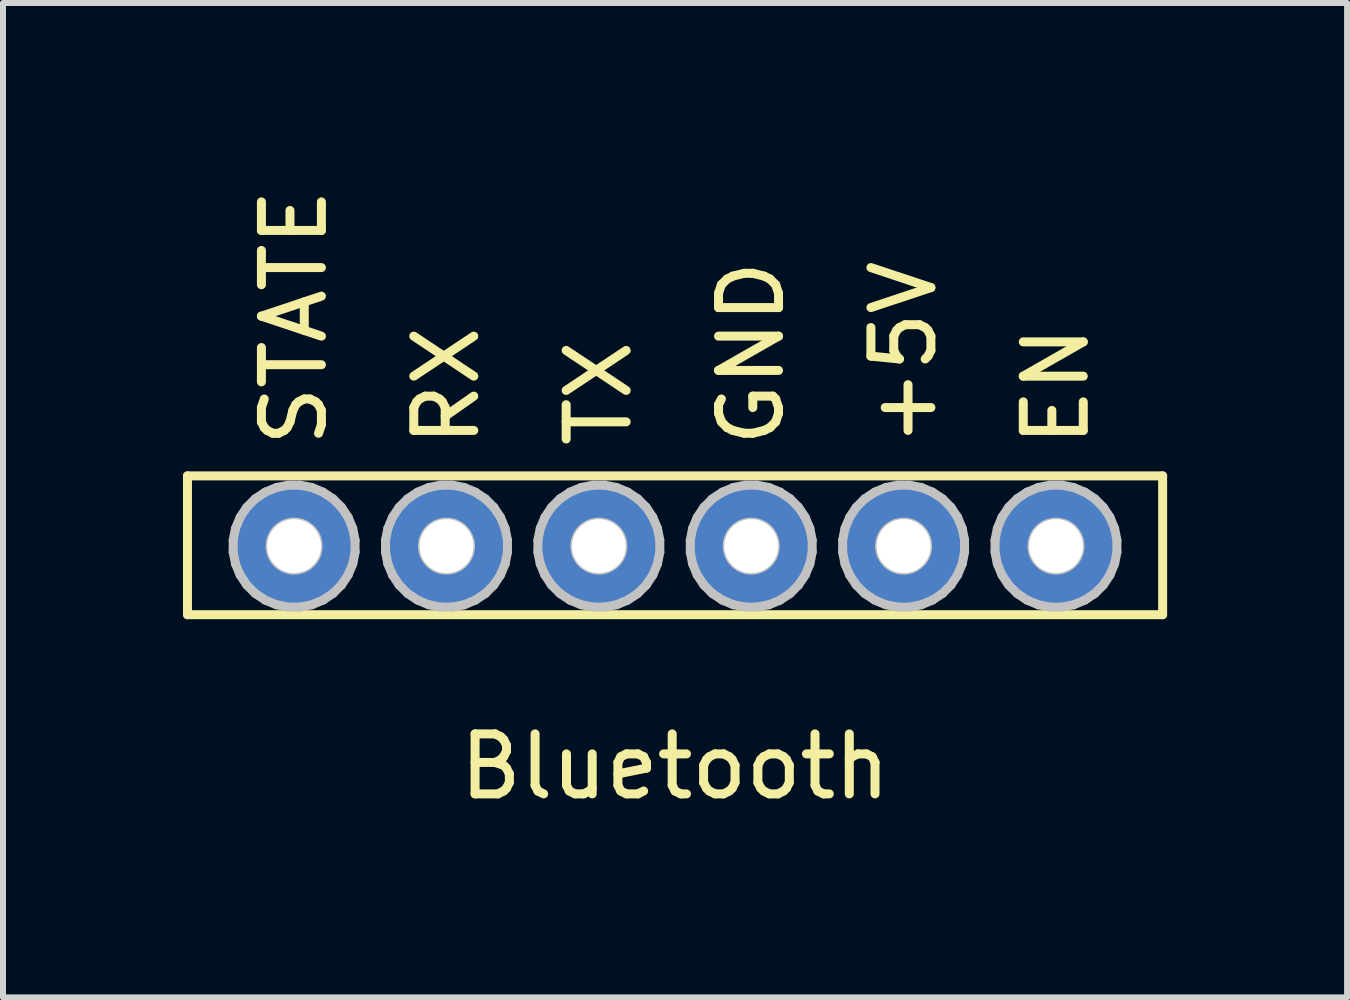
<source format=kicad_pcb>
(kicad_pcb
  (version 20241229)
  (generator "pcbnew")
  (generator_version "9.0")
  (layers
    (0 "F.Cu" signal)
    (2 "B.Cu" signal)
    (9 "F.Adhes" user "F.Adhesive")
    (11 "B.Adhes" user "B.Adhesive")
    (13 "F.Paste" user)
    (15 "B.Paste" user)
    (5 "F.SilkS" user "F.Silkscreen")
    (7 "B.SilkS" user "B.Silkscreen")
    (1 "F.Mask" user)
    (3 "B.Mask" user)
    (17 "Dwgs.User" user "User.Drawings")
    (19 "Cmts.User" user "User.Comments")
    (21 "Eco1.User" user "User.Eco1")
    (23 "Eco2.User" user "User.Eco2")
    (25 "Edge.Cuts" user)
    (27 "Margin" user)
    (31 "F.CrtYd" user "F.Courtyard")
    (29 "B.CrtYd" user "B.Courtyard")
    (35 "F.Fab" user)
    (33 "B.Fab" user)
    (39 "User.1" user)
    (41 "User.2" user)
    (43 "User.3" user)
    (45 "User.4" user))
  (footprint "Bluetooth"
    (layer "F.Cu")
    (at 8.203 9.229)
    (property "Reference" "Bluetooth" (at 0 0.5 0) (layer "F.SilkS") (effects (font (size 1 1) (thickness 0.15))))
    (attr through_hole)
    (fp_line (start -8.128 -4.346) (end -8.128 -2.032) (stroke (width 0.15) (type solid)) (layer "F.SilkS"))
    (fp_line (start -8.128 -2.032) (end 8.128 -2.032) (stroke (width 0.15) (type solid)) (layer "F.SilkS"))
    (fp_line (start 8.128 -4.346) (end -8.128 -4.346) (stroke (width 0.15) (type solid)) (layer "F.SilkS"))
    (fp_line (start 8.128 -2.032) (end 8.128 -4.346) (stroke (width 0.15) (type solid)) (layer "F.SilkS"))
    (fp_line (start -7.366 -3.275) (end -7.327 -3.471) (stroke (width 0.15) (type solid)) (layer "Dwgs.User"))
    (fp_line (start -7.366 -3.075) (end -7.366 -3.275) (stroke (width 0.15) (type solid)) (layer "Dwgs.User"))
    (fp_line (start -7.327 -3.471) (end -7.25 -3.656) (stroke (width 0.15) (type solid)) (layer "Dwgs.User"))
    (fp_line (start -7.327 -2.879) (end -7.366 -3.075) (stroke (width 0.15) (type solid)) (layer "Dwgs.User"))
    (fp_line (start -7.25 -3.656) (end -7.139 -3.823) (stroke (width 0.15) (type solid)) (layer "Dwgs.User"))
    (fp_line (start -7.25 -2.694) (end -7.327 -2.879) (stroke (width 0.15) (type solid)) (layer "Dwgs.User"))
    (fp_line (start -7.139 -3.823) (end -6.998 -3.964) (stroke (width 0.15) (type solid)) (layer "Dwgs.User"))
    (fp_line (start -7.139 -2.527) (end -7.25 -2.694) (stroke (width 0.15) (type solid)) (layer "Dwgs.User"))
    (fp_line (start -6.998 -3.964) (end -6.831 -4.075) (stroke (width 0.15) (type solid)) (layer "Dwgs.User"))
    (fp_line (start -6.998 -2.386) (end -7.139 -2.527) (stroke (width 0.15) (type solid)) (layer "Dwgs.User"))
    (fp_line (start -6.831 -4.075) (end -6.646 -4.152) (stroke (width 0.15) (type solid)) (layer "Dwgs.User"))
    (fp_line (start -6.831 -2.275) (end -6.998 -2.386) (stroke (width 0.15) (type solid)) (layer "Dwgs.User"))
    (fp_line (start -6.646 -4.152) (end -6.45 -4.191) (stroke (width 0.15) (type solid)) (layer "Dwgs.User"))
    (fp_line (start -6.646 -2.198) (end -6.831 -2.275) (stroke (width 0.15) (type solid)) (layer "Dwgs.User"))
    (fp_line (start -6.45 -4.191) (end -6.25 -4.191) (stroke (width 0.15) (type solid)) (layer "Dwgs.User"))
    (fp_line (start -6.45 -2.159) (end -6.646 -2.198) (stroke (width 0.15) (type solid)) (layer "Dwgs.User"))
    (fp_line (start -6.25 -4.191) (end -6.054 -4.152) (stroke (width 0.15) (type solid)) (layer "Dwgs.User"))
    (fp_line (start -6.25 -2.159) (end -6.45 -2.159) (stroke (width 0.15) (type solid)) (layer "Dwgs.User"))
    (fp_line (start -6.054 -4.152) (end -5.869 -4.075) (stroke (width 0.15) (type solid)) (layer "Dwgs.User"))
    (fp_line (start -6.054 -2.198) (end -6.25 -2.159) (stroke (width 0.15) (type solid)) (layer "Dwgs.User"))
    (fp_line (start -5.869 -4.075) (end -5.702 -3.964) (stroke (width 0.15) (type solid)) (layer "Dwgs.User"))
    (fp_line (start -5.869 -2.275) (end -6.054 -2.198) (stroke (width 0.15) (type solid)) (layer "Dwgs.User"))
    (fp_line (start -5.702 -3.964) (end -5.561 -3.823) (stroke (width 0.15) (type solid)) (layer "Dwgs.User"))
    (fp_line (start -5.702 -2.386) (end -5.869 -2.275) (stroke (width 0.15) (type solid)) (layer "Dwgs.User"))
    (fp_line (start -5.561 -3.823) (end -5.45 -3.656) (stroke (width 0.15) (type solid)) (layer "Dwgs.User"))
    (fp_line (start -5.561 -2.527) (end -5.702 -2.386) (stroke (width 0.15) (type solid)) (layer "Dwgs.User"))
    (fp_line (start -5.45 -3.656) (end -5.373 -3.471) (stroke (width 0.15) (type solid)) (layer "Dwgs.User"))
    (fp_line (start -5.45 -2.694) (end -5.561 -2.527) (stroke (width 0.15) (type solid)) (layer "Dwgs.User"))
    (fp_line (start -5.373 -3.471) (end -5.334 -3.275) (stroke (width 0.15) (type solid)) (layer "Dwgs.User"))
    (fp_line (start -5.373 -2.879) (end -5.45 -2.694) (stroke (width 0.15) (type solid)) (layer "Dwgs.User"))
    (fp_line (start -5.334 -3.275) (end -5.334 -3.075) (stroke (width 0.15) (type solid)) (layer "Dwgs.User"))
    (fp_line (start -5.334 -3.075) (end -5.373 -2.879) (stroke (width 0.15) (type solid)) (layer "Dwgs.User"))
    (fp_line (start -4.826 -3.275) (end -4.787 -3.471) (stroke (width 0.15) (type solid)) (layer "Dwgs.User"))
    (fp_line (start -4.826 -3.075) (end -4.826 -3.275) (stroke (width 0.15) (type solid)) (layer "Dwgs.User"))
    (fp_line (start -4.787 -3.471) (end -4.71 -3.656) (stroke (width 0.15) (type solid)) (layer "Dwgs.User"))
    (fp_line (start -4.787 -2.879) (end -4.826 -3.075) (stroke (width 0.15) (type solid)) (layer "Dwgs.User"))
    (fp_line (start -4.71 -3.656) (end -4.599 -3.823) (stroke (width 0.15) (type solid)) (layer "Dwgs.User"))
    (fp_line (start -4.71 -2.694) (end -4.787 -2.879) (stroke (width 0.15) (type solid)) (layer "Dwgs.User"))
    (fp_line (start -4.599 -3.823) (end -4.458 -3.964) (stroke (width 0.15) (type solid)) (layer "Dwgs.User"))
    (fp_line (start -4.599 -2.527) (end -4.71 -2.694) (stroke (width 0.15) (type solid)) (layer "Dwgs.User"))
    (fp_line (start -4.458 -3.964) (end -4.291 -4.075) (stroke (width 0.15) (type solid)) (layer "Dwgs.User"))
    (fp_line (start -4.458 -2.386) (end -4.599 -2.527) (stroke (width 0.15) (type solid)) (layer "Dwgs.User"))
    (fp_line (start -4.291 -4.075) (end -4.106 -4.152) (stroke (width 0.15) (type solid)) (layer "Dwgs.User"))
    (fp_line (start -4.291 -2.275) (end -4.458 -2.386) (stroke (width 0.15) (type solid)) (layer "Dwgs.User"))
    (fp_line (start -4.106 -4.152) (end -3.91 -4.191) (stroke (width 0.15) (type solid)) (layer "Dwgs.User"))
    (fp_line (start -4.106 -2.198) (end -4.291 -2.275) (stroke (width 0.15) (type solid)) (layer "Dwgs.User"))
    (fp_line (start -3.91 -4.191) (end -3.71 -4.191) (stroke (width 0.15) (type solid)) (layer "Dwgs.User"))
    (fp_line (start -3.91 -2.159) (end -4.106 -2.198) (stroke (width 0.15) (type solid)) (layer "Dwgs.User"))
    (fp_line (start -3.71 -4.191) (end -3.514 -4.152) (stroke (width 0.15) (type solid)) (layer "Dwgs.User"))
    (fp_line (start -3.71 -2.159) (end -3.91 -2.159) (stroke (width 0.15) (type solid)) (layer "Dwgs.User"))
    (fp_line (start -3.514 -4.152) (end -3.329 -4.075) (stroke (width 0.15) (type solid)) (layer "Dwgs.User"))
    (fp_line (start -3.514 -2.198) (end -3.71 -2.159) (stroke (width 0.15) (type solid)) (layer "Dwgs.User"))
    (fp_line (start -3.329 -4.075) (end -3.162 -3.964) (stroke (width 0.15) (type solid)) (layer "Dwgs.User"))
    (fp_line (start -3.329 -2.275) (end -3.514 -2.198) (stroke (width 0.15) (type solid)) (layer "Dwgs.User"))
    (fp_line (start -3.162 -3.964) (end -3.021 -3.823) (stroke (width 0.15) (type solid)) (layer "Dwgs.User"))
    (fp_line (start -3.162 -2.386) (end -3.329 -2.275) (stroke (width 0.15) (type solid)) (layer "Dwgs.User"))
    (fp_line (start -3.021 -3.823) (end -2.91 -3.656) (stroke (width 0.15) (type solid)) (layer "Dwgs.User"))
    (fp_line (start -3.021 -2.527) (end -3.162 -2.386) (stroke (width 0.15) (type solid)) (layer "Dwgs.User"))
    (fp_line (start -2.91 -3.656) (end -2.833 -3.471) (stroke (width 0.15) (type solid)) (layer "Dwgs.User"))
    (fp_line (start -2.91 -2.694) (end -3.021 -2.527) (stroke (width 0.15) (type solid)) (layer "Dwgs.User"))
    (fp_line (start -2.833 -3.471) (end -2.794 -3.275) (stroke (width 0.15) (type solid)) (layer "Dwgs.User"))
    (fp_line (start -2.833 -2.879) (end -2.91 -2.694) (stroke (width 0.15) (type solid)) (layer "Dwgs.User"))
    (fp_line (start -2.794 -3.275) (end -2.794 -3.075) (stroke (width 0.15) (type solid)) (layer "Dwgs.User"))
    (fp_line (start -2.794 -3.075) (end -2.833 -2.879) (stroke (width 0.15) (type solid)) (layer "Dwgs.User"))
    (fp_line (start -2.286 -3.275) (end -2.247 -3.471) (stroke (width 0.15) (type solid)) (layer "Dwgs.User"))
    (fp_line (start -2.286 -3.075) (end -2.286 -3.275) (stroke (width 0.15) (type solid)) (layer "Dwgs.User"))
    (fp_line (start -2.247 -3.471) (end -2.17 -3.656) (stroke (width 0.15) (type solid)) (layer "Dwgs.User"))
    (fp_line (start -2.247 -2.879) (end -2.286 -3.075) (stroke (width 0.15) (type solid)) (layer "Dwgs.User"))
    (fp_line (start -2.17 -3.656) (end -2.059 -3.823) (stroke (width 0.15) (type solid)) (layer "Dwgs.User"))
    (fp_line (start -2.17 -2.694) (end -2.247 -2.879) (stroke (width 0.15) (type solid)) (layer "Dwgs.User"))
    (fp_line (start -2.059 -3.823) (end -1.918 -3.964) (stroke (width 0.15) (type solid)) (layer "Dwgs.User"))
    (fp_line (start -2.059 -2.527) (end -2.17 -2.694) (stroke (width 0.15) (type solid)) (layer "Dwgs.User"))
    (fp_line (start -1.918 -3.964) (end -1.751 -4.075) (stroke (width 0.15) (type solid)) (layer "Dwgs.User"))
    (fp_line (start -1.918 -2.386) (end -2.059 -2.527) (stroke (width 0.15) (type solid)) (layer "Dwgs.User"))
    (fp_line (start -1.751 -4.075) (end -1.566 -4.152) (stroke (width 0.15) (type solid)) (layer "Dwgs.User"))
    (fp_line (start -1.751 -2.275) (end -1.918 -2.386) (stroke (width 0.15) (type solid)) (layer "Dwgs.User"))
    (fp_line (start -1.566 -4.152) (end -1.37 -4.191) (stroke (width 0.15) (type solid)) (layer "Dwgs.User"))
    (fp_line (start -1.566 -2.198) (end -1.751 -2.275) (stroke (width 0.15) (type solid)) (layer "Dwgs.User"))
    (fp_line (start -1.37 -4.191) (end -1.17 -4.191) (stroke (width 0.15) (type solid)) (layer "Dwgs.User"))
    (fp_line (start -1.37 -2.159) (end -1.566 -2.198) (stroke (width 0.15) (type solid)) (layer "Dwgs.User"))
    (fp_line (start -1.17 -4.191) (end -0.974 -4.152) (stroke (width 0.15) (type solid)) (layer "Dwgs.User"))
    (fp_line (start -1.17 -2.159) (end -1.37 -2.159) (stroke (width 0.15) (type solid)) (layer "Dwgs.User"))
    (fp_line (start -0.974 -4.152) (end -0.789 -4.075) (stroke (width 0.15) (type solid)) (layer "Dwgs.User"))
    (fp_line (start -0.974 -2.198) (end -1.17 -2.159) (stroke (width 0.15) (type solid)) (layer "Dwgs.User"))
    (fp_line (start -0.789 -4.075) (end -0.622 -3.964) (stroke (width 0.15) (type solid)) (layer "Dwgs.User"))
    (fp_line (start -0.789 -2.275) (end -0.974 -2.198) (stroke (width 0.15) (type solid)) (layer "Dwgs.User"))
    (fp_line (start -0.622 -3.964) (end -0.481 -3.823) (stroke (width 0.15) (type solid)) (layer "Dwgs.User"))
    (fp_line (start -0.622 -2.386) (end -0.789 -2.275) (stroke (width 0.15) (type solid)) (layer "Dwgs.User"))
    (fp_line (start -0.481 -3.823) (end -0.37 -3.656) (stroke (width 0.15) (type solid)) (layer "Dwgs.User"))
    (fp_line (start -0.481 -2.527) (end -0.622 -2.386) (stroke (width 0.15) (type solid)) (layer "Dwgs.User"))
    (fp_line (start -0.37 -3.656) (end -0.293 -3.471) (stroke (width 0.15) (type solid)) (layer "Dwgs.User"))
    (fp_line (start -0.37 -2.694) (end -0.481 -2.527) (stroke (width 0.15) (type solid)) (layer "Dwgs.User"))
    (fp_line (start -0.293 -3.471) (end -0.254 -3.275) (stroke (width 0.15) (type solid)) (layer "Dwgs.User"))
    (fp_line (start -0.293 -2.879) (end -0.37 -2.694) (stroke (width 0.15) (type solid)) (layer "Dwgs.User"))
    (fp_line (start -0.254 -3.275) (end -0.254 -3.075) (stroke (width 0.15) (type solid)) (layer "Dwgs.User"))
    (fp_line (start -0.254 -3.075) (end -0.293 -2.879) (stroke (width 0.15) (type solid)) (layer "Dwgs.User"))
    (fp_line (start 0.254 -3.275) (end 0.293 -3.471) (stroke (width 0.15) (type solid)) (layer "Dwgs.User"))
    (fp_line (start 0.254 -3.075) (end 0.254 -3.275) (stroke (width 0.15) (type solid)) (layer "Dwgs.User"))
    (fp_line (start 0.293 -3.471) (end 0.37 -3.656) (stroke (width 0.15) (type solid)) (layer "Dwgs.User"))
    (fp_line (start 0.293 -2.879) (end 0.254 -3.075) (stroke (width 0.15) (type solid)) (layer "Dwgs.User"))
    (fp_line (start 0.37 -3.656) (end 0.481 -3.823) (stroke (width 0.15) (type solid)) (layer "Dwgs.User"))
    (fp_line (start 0.37 -2.694) (end 0.293 -2.879) (stroke (width 0.15) (type solid)) (layer "Dwgs.User"))
    (fp_line (start 0.481 -3.823) (end 0.622 -3.964) (stroke (width 0.15) (type solid)) (layer "Dwgs.User"))
    (fp_line (start 0.481 -2.527) (end 0.37 -2.694) (stroke (width 0.15) (type solid)) (layer "Dwgs.User"))
    (fp_line (start 0.622 -3.964) (end 0.789 -4.075) (stroke (width 0.15) (type solid)) (layer "Dwgs.User"))
    (fp_line (start 0.622 -2.386) (end 0.481 -2.527) (stroke (width 0.15) (type solid)) (layer "Dwgs.User"))
    (fp_line (start 0.789 -4.075) (end 0.974 -4.152) (stroke (width 0.15) (type solid)) (layer "Dwgs.User"))
    (fp_line (start 0.789 -2.275) (end 0.622 -2.386) (stroke (width 0.15) (type solid)) (layer "Dwgs.User"))
    (fp_line (start 0.974 -4.152) (end 1.17 -4.191) (stroke (width 0.15) (type solid)) (layer "Dwgs.User"))
    (fp_line (start 0.974 -2.198) (end 0.789 -2.275) (stroke (width 0.15) (type solid)) (layer "Dwgs.User"))
    (fp_line (start 1.17 -4.191) (end 1.37 -4.191) (stroke (width 0.15) (type solid)) (layer "Dwgs.User"))
    (fp_line (start 1.17 -2.159) (end 0.974 -2.198) (stroke (width 0.15) (type solid)) (layer "Dwgs.User"))
    (fp_line (start 1.37 -4.191) (end 1.566 -4.152) (stroke (width 0.15) (type solid)) (layer "Dwgs.User"))
    (fp_line (start 1.37 -2.159) (end 1.17 -2.159) (stroke (width 0.15) (type solid)) (layer "Dwgs.User"))
    (fp_line (start 1.566 -4.152) (end 1.751 -4.075) (stroke (width 0.15) (type solid)) (layer "Dwgs.User"))
    (fp_line (start 1.566 -2.198) (end 1.37 -2.159) (stroke (width 0.15) (type solid)) (layer "Dwgs.User"))
    (fp_line (start 1.751 -4.075) (end 1.918 -3.964) (stroke (width 0.15) (type solid)) (layer "Dwgs.User"))
    (fp_line (start 1.751 -2.275) (end 1.566 -2.198) (stroke (width 0.15) (type solid)) (layer "Dwgs.User"))
    (fp_line (start 1.918 -3.964) (end 2.059 -3.823) (stroke (width 0.15) (type solid)) (layer "Dwgs.User"))
    (fp_line (start 1.918 -2.386) (end 1.751 -2.275) (stroke (width 0.15) (type solid)) (layer "Dwgs.User"))
    (fp_line (start 2.059 -3.823) (end 2.17 -3.656) (stroke (width 0.15) (type solid)) (layer "Dwgs.User"))
    (fp_line (start 2.059 -2.527) (end 1.918 -2.386) (stroke (width 0.15) (type solid)) (layer "Dwgs.User"))
    (fp_line (start 2.17 -3.656) (end 2.247 -3.471) (stroke (width 0.15) (type solid)) (layer "Dwgs.User"))
    (fp_line (start 2.17 -2.694) (end 2.059 -2.527) (stroke (width 0.15) (type solid)) (layer "Dwgs.User"))
    (fp_line (start 2.247 -3.471) (end 2.286 -3.275) (stroke (width 0.15) (type solid)) (layer "Dwgs.User"))
    (fp_line (start 2.247 -2.879) (end 2.17 -2.694) (stroke (width 0.15) (type solid)) (layer "Dwgs.User"))
    (fp_line (start 2.286 -3.275) (end 2.286 -3.075) (stroke (width 0.15) (type solid)) (layer "Dwgs.User"))
    (fp_line (start 2.286 -3.075) (end 2.247 -2.879) (stroke (width 0.15) (type solid)) (layer "Dwgs.User"))
    (fp_line (start 2.794 -3.275) (end 2.833 -3.471) (stroke (width 0.15) (type solid)) (layer "Dwgs.User"))
    (fp_line (start 2.794 -3.075) (end 2.794 -3.275) (stroke (width 0.15) (type solid)) (layer "Dwgs.User"))
    (fp_line (start 2.833 -3.471) (end 2.91 -3.656) (stroke (width 0.15) (type solid)) (layer "Dwgs.User"))
    (fp_line (start 2.833 -2.879) (end 2.794 -3.075) (stroke (width 0.15) (type solid)) (layer "Dwgs.User"))
    (fp_line (start 2.91 -3.656) (end 3.021 -3.823) (stroke (width 0.15) (type solid)) (layer "Dwgs.User"))
    (fp_line (start 2.91 -2.694) (end 2.833 -2.879) (stroke (width 0.15) (type solid)) (layer "Dwgs.User"))
    (fp_line (start 3.021 -3.823) (end 3.162 -3.964) (stroke (width 0.15) (type solid)) (layer "Dwgs.User"))
    (fp_line (start 3.021 -2.527) (end 2.91 -2.694) (stroke (width 0.15) (type solid)) (layer "Dwgs.User"))
    (fp_line (start 3.162 -3.964) (end 3.329 -4.075) (stroke (width 0.15) (type solid)) (layer "Dwgs.User"))
    (fp_line (start 3.162 -2.386) (end 3.021 -2.527) (stroke (width 0.15) (type solid)) (layer "Dwgs.User"))
    (fp_line (start 3.329 -4.075) (end 3.514 -4.152) (stroke (width 0.15) (type solid)) (layer "Dwgs.User"))
    (fp_line (start 3.329 -2.275) (end 3.162 -2.386) (stroke (width 0.15) (type solid)) (layer "Dwgs.User"))
    (fp_line (start 3.514 -4.152) (end 3.71 -4.191) (stroke (width 0.15) (type solid)) (layer "Dwgs.User"))
    (fp_line (start 3.514 -2.198) (end 3.329 -2.275) (stroke (width 0.15) (type solid)) (layer "Dwgs.User"))
    (fp_line (start 3.71 -4.191) (end 3.91 -4.191) (stroke (width 0.15) (type solid)) (layer "Dwgs.User"))
    (fp_line (start 3.71 -2.159) (end 3.514 -2.198) (stroke (width 0.15) (type solid)) (layer "Dwgs.User"))
    (fp_line (start 3.91 -4.191) (end 4.106 -4.152) (stroke (width 0.15) (type solid)) (layer "Dwgs.User"))
    (fp_line (start 3.91 -2.159) (end 3.71 -2.159) (stroke (width 0.15) (type solid)) (layer "Dwgs.User"))
    (fp_line (start 4.106 -4.152) (end 4.291 -4.075) (stroke (width 0.15) (type solid)) (layer "Dwgs.User"))
    (fp_line (start 4.106 -2.198) (end 3.91 -2.159) (stroke (width 0.15) (type solid)) (layer "Dwgs.User"))
    (fp_line (start 4.291 -4.075) (end 4.458 -3.964) (stroke (width 0.15) (type solid)) (layer "Dwgs.User"))
    (fp_line (start 4.291 -2.275) (end 4.106 -2.198) (stroke (width 0.15) (type solid)) (layer "Dwgs.User"))
    (fp_line (start 4.458 -3.964) (end 4.599 -3.823) (stroke (width 0.15) (type solid)) (layer "Dwgs.User"))
    (fp_line (start 4.458 -2.386) (end 4.291 -2.275) (stroke (width 0.15) (type solid)) (layer "Dwgs.User"))
    (fp_line (start 4.599 -3.823) (end 4.71 -3.656) (stroke (width 0.15) (type solid)) (layer "Dwgs.User"))
    (fp_line (start 4.599 -2.527) (end 4.458 -2.386) (stroke (width 0.15) (type solid)) (layer "Dwgs.User"))
    (fp_line (start 4.71 -3.656) (end 4.787 -3.471) (stroke (width 0.15) (type solid)) (layer "Dwgs.User"))
    (fp_line (start 4.71 -2.694) (end 4.599 -2.527) (stroke (width 0.15) (type solid)) (layer "Dwgs.User"))
    (fp_line (start 4.787 -3.471) (end 4.826 -3.275) (stroke (width 0.15) (type solid)) (layer "Dwgs.User"))
    (fp_line (start 4.787 -2.879) (end 4.71 -2.694) (stroke (width 0.15) (type solid)) (layer "Dwgs.User"))
    (fp_line (start 4.826 -3.275) (end 4.826 -3.075) (stroke (width 0.15) (type solid)) (layer "Dwgs.User"))
    (fp_line (start 4.826 -3.075) (end 4.787 -2.879) (stroke (width 0.15) (type solid)) (layer "Dwgs.User"))
    (fp_line (start 5.334 -3.275) (end 5.373 -3.471) (stroke (width 0.15) (type solid)) (layer "Dwgs.User"))
    (fp_line (start 5.334 -3.075) (end 5.334 -3.275) (stroke (width 0.15) (type solid)) (layer "Dwgs.User"))
    (fp_line (start 5.373 -3.471) (end 5.45 -3.656) (stroke (width 0.15) (type solid)) (layer "Dwgs.User"))
    (fp_line (start 5.373 -2.879) (end 5.334 -3.075) (stroke (width 0.15) (type solid)) (layer "Dwgs.User"))
    (fp_line (start 5.45 -3.656) (end 5.561 -3.823) (stroke (width 0.15) (type solid)) (layer "Dwgs.User"))
    (fp_line (start 5.45 -2.694) (end 5.373 -2.879) (stroke (width 0.15) (type solid)) (layer "Dwgs.User"))
    (fp_line (start 5.561 -3.823) (end 5.702 -3.964) (stroke (width 0.15) (type solid)) (layer "Dwgs.User"))
    (fp_line (start 5.561 -2.527) (end 5.45 -2.694) (stroke (width 0.15) (type solid)) (layer "Dwgs.User"))
    (fp_line (start 5.702 -3.964) (end 5.869 -4.075) (stroke (width 0.15) (type solid)) (layer "Dwgs.User"))
    (fp_line (start 5.702 -2.386) (end 5.561 -2.527) (stroke (width 0.15) (type solid)) (layer "Dwgs.User"))
    (fp_line (start 5.869 -4.075) (end 6.054 -4.152) (stroke (width 0.15) (type solid)) (layer "Dwgs.User"))
    (fp_line (start 5.869 -2.275) (end 5.702 -2.386) (stroke (width 0.15) (type solid)) (layer "Dwgs.User"))
    (fp_line (start 6.054 -4.152) (end 6.25 -4.191) (stroke (width 0.15) (type solid)) (layer "Dwgs.User"))
    (fp_line (start 6.054 -2.198) (end 5.869 -2.275) (stroke (width 0.15) (type solid)) (layer "Dwgs.User"))
    (fp_line (start 6.25 -4.191) (end 6.45 -4.191) (stroke (width 0.15) (type solid)) (layer "Dwgs.User"))
    (fp_line (start 6.25 -2.159) (end 6.054 -2.198) (stroke (width 0.15) (type solid)) (layer "Dwgs.User"))
    (fp_line (start 6.45 -4.191) (end 6.646 -4.152) (stroke (width 0.15) (type solid)) (layer "Dwgs.User"))
    (fp_line (start 6.45 -2.159) (end 6.25 -2.159) (stroke (width 0.15) (type solid)) (layer "Dwgs.User"))
    (fp_line (start 6.646 -4.152) (end 6.831 -4.075) (stroke (width 0.15) (type solid)) (layer "Dwgs.User"))
    (fp_line (start 6.646 -2.198) (end 6.45 -2.159) (stroke (width 0.15) (type solid)) (layer "Dwgs.User"))
    (fp_line (start 6.831 -4.075) (end 6.998 -3.964) (stroke (width 0.15) (type solid)) (layer "Dwgs.User"))
    (fp_line (start 6.831 -2.275) (end 6.646 -2.198) (stroke (width 0.15) (type solid)) (layer "Dwgs.User"))
    (fp_line (start 6.998 -3.964) (end 7.139 -3.823) (stroke (width 0.15) (type solid)) (layer "Dwgs.User"))
    (fp_line (start 6.998 -2.386) (end 6.831 -2.275) (stroke (width 0.15) (type solid)) (layer "Dwgs.User"))
    (fp_line (start 7.139 -3.823) (end 7.25 -3.656) (stroke (width 0.15) (type solid)) (layer "Dwgs.User"))
    (fp_line (start 7.139 -2.527) (end 6.998 -2.386) (stroke (width 0.15) (type solid)) (layer "Dwgs.User"))
    (fp_line (start 7.25 -3.656) (end 7.327 -3.471) (stroke (width 0.15) (type solid)) (layer "Dwgs.User"))
    (fp_line (start 7.25 -2.694) (end 7.139 -2.527) (stroke (width 0.15) (type solid)) (layer "Dwgs.User"))
    (fp_line (start 7.327 -3.471) (end 7.366 -3.275) (stroke (width 0.15) (type solid)) (layer "Dwgs.User"))
    (fp_line (start 7.327 -2.879) (end 7.25 -2.694) (stroke (width 0.15) (type solid)) (layer "Dwgs.User"))
    (fp_line (start 7.366 -3.275) (end 7.366 -3.075) (stroke (width 0.15) (type solid)) (layer "Dwgs.User"))
    (fp_line (start 7.366 -3.075) (end 7.327 -2.879) (stroke (width 0.15) (type solid)) (layer "Dwgs.User"))
    (fp_circle (center -6.35 -3.175) (end -5.95 -3.175) (stroke (width 0.15) (type solid)) (fill no) (layer "Dwgs.User"))
    (fp_circle (center -3.81 -3.175) (end -3.41 -3.175) (stroke (width 0.15) (type solid)) (fill no) (layer "Dwgs.User"))
    (fp_circle (center -1.27 -3.175) (end -0.87 -3.175) (stroke (width 0.15) (type solid)) (fill no) (layer "Dwgs.User"))
    (fp_circle (center 1.27 -3.175) (end 1.67 -3.175) (stroke (width 0.15) (type solid)) (fill no) (layer "Dwgs.User"))
    (fp_circle (center 3.81 -3.175) (end 4.21 -3.175) (stroke (width 0.15) (type solid)) (fill no) (layer "Dwgs.User"))
    (fp_circle (center 6.35 -3.175) (end 6.75 -3.175) (stroke (width 0.15) (type solid)) (fill no) (layer "Dwgs.User"))
    (fp_text user "RX" (at -3.81 -5.842 90) (layer "F.SilkS") (effects (font (size 1 1) (thickness 0.15))))
    (fp_text user "GND" (at 1.27 -6.39 90) (layer "F.SilkS") (effects (font (size 1 1) (thickness 0.15))))
    (fp_text user "TX" (at -1.27 -5.723 90) (layer "F.SilkS") (effects (font (size 1 1) (thickness 0.15))))
    (fp_text user "+5V" (at 3.81 -6.39 90) (layer "F.SilkS") (effects (font (size 1 1) (thickness 0.15))))
    (fp_text user "STATE" (at -6.35 -6.985 90) (layer "F.SilkS") (effects (font (size 1 1) (thickness 0.15))))
    (fp_text user "EN" (at 6.35 -5.842 90) (layer "F.SilkS") (effects (font (size 1 1) (thickness 0.15))))
    (pad "1" thru_hole circle (at -6.35 -3.175) (size 2 2) (drill 0.9) (layers "*.Cu" "*.Mask"))
    (pad "2" thru_hole circle (at -3.81 -3.175) (size 2 2) (drill 0.9) (layers "*.Cu" "*.Mask"))
    (pad "3" thru_hole circle (at -1.27 -3.175) (size 2 2) (drill 0.9) (layers "*.Cu" "*.Mask"))
    (pad "4" thru_hole circle (at 1.27 -3.175) (size 2 2) (drill 0.9) (layers "*.Cu" "*.Mask"))
    (pad "5" thru_hole circle (at 3.81 -3.175) (size 2 2) (drill 0.9) (layers "*.Cu" "*.Mask"))
    (pad "6" thru_hole circle (at 6.35 -3.175) (size 2 2) (drill 0.9) (layers "*.Cu" "*.Mask")))
  (gr_rect
    (start -3 -3)
    (end 19.406 13.577)
    (stroke (width 0.1) (type default))
    (fill no)
    (layer "Edge.Cuts")))
</source>
